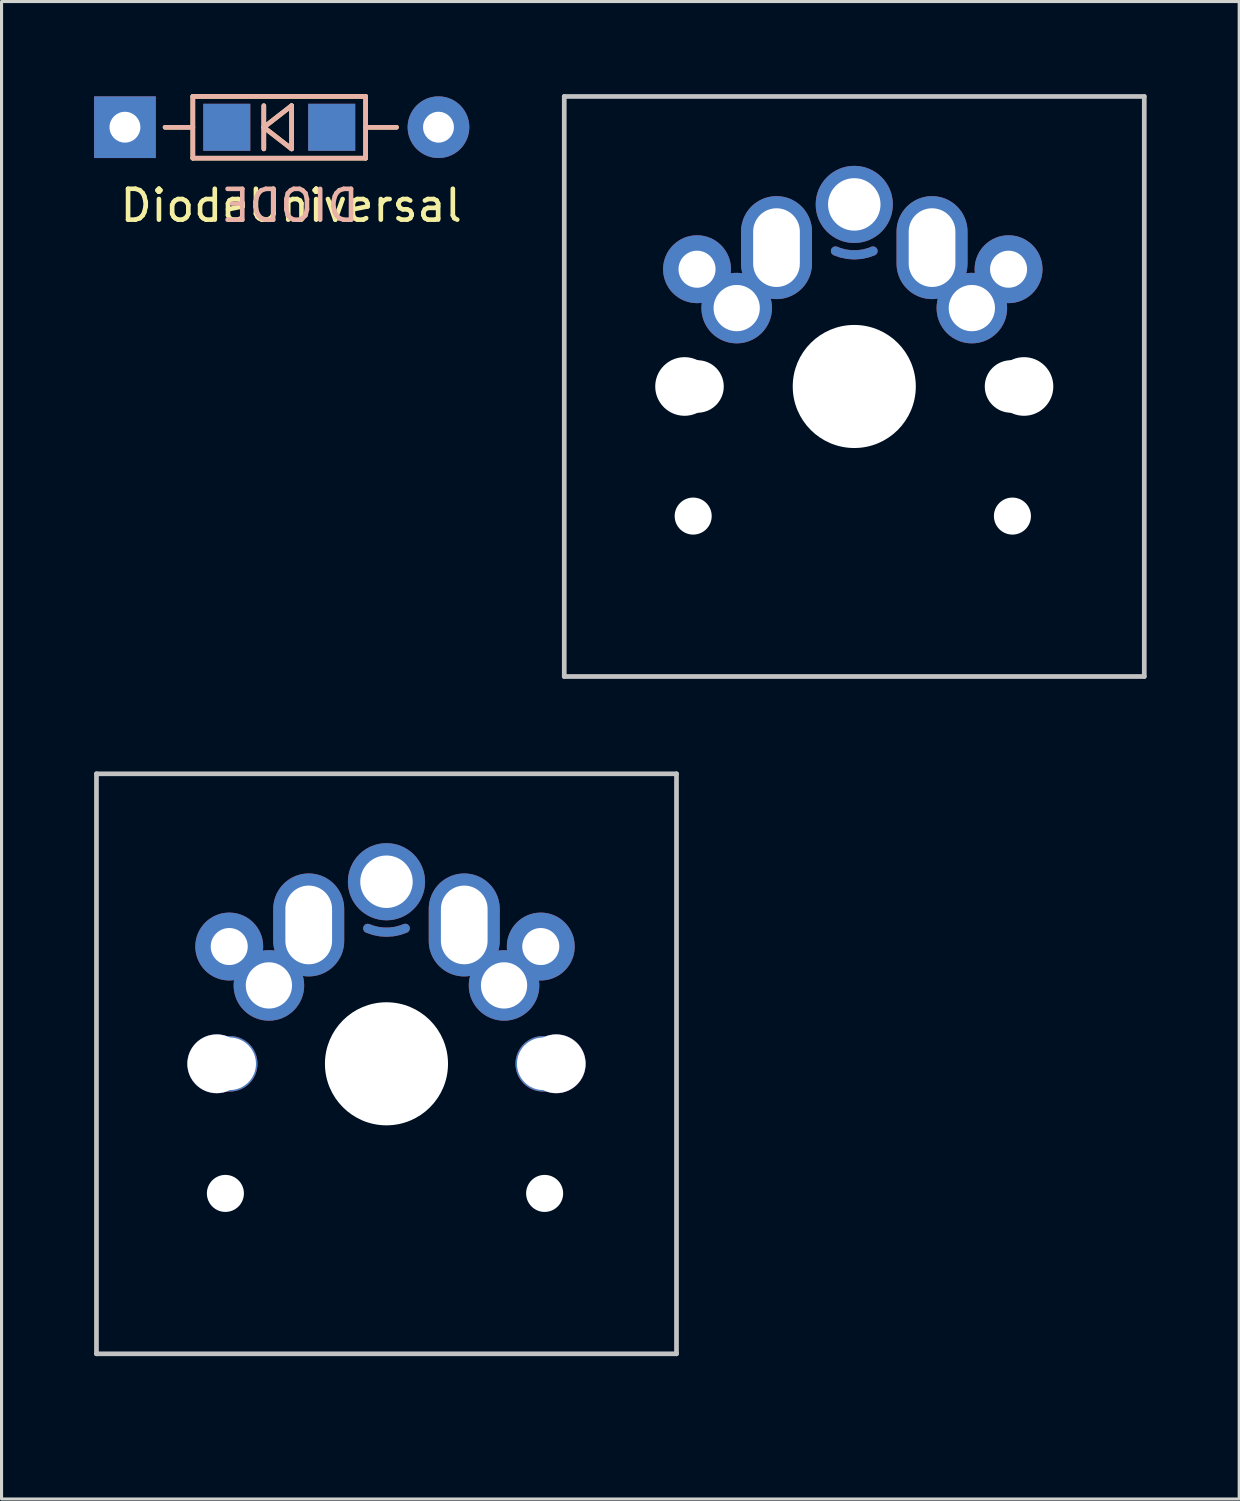
<source format=kicad_pcb>
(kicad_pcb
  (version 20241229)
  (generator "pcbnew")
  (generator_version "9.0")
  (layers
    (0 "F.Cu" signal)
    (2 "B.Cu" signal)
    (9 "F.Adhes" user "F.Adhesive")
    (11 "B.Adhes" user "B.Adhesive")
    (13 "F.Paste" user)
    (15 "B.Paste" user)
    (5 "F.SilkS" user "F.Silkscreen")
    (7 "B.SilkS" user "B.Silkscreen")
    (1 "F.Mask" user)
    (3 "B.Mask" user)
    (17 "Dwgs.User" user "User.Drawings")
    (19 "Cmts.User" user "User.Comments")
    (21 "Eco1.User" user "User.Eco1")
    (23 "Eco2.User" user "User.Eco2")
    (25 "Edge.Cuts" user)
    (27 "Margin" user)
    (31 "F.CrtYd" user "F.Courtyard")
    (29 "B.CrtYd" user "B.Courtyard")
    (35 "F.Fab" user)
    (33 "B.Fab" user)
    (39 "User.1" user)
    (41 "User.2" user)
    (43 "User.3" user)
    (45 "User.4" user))
  (footprint "DiodeUniversal"
    (layer "F.Cu")
    (at 0.999 1.075)
    (property "Reference" "DiodeUniversal" (at 5.387 2.537 0) (layer "F.SilkS") (effects (font (size 1 1) (thickness 0.15))))
    (attr through_hole)
    (fp_line (start 1.3 0) (end 2.2 0) (stroke (width 0.15) (type solid)) (layer "F.SilkS"))
    (fp_line (start 2.2 -1) (end 7.8 -1) (stroke (width 0.15) (type solid)) (layer "F.SilkS"))
    (fp_line (start 2.2 1) (end 2.2 -1) (stroke (width 0.15) (type solid)) (layer "F.SilkS"))
    (fp_line (start 4.5 -0.7) (end 4.5 0.7) (stroke (width 0.15) (type solid)) (layer "F.SilkS"))
    (fp_line (start 4.5 0) (end 5.4 -0.7) (stroke (width 0.15) (type solid)) (layer "F.SilkS"))
    (fp_line (start 5.4 -0.7) (end 5.4 0.7) (stroke (width 0.15) (type solid)) (layer "F.SilkS"))
    (fp_line (start 5.4 0.7) (end 4.5 0) (stroke (width 0.15) (type solid)) (layer "F.SilkS"))
    (fp_line (start 7.8 -1) (end 7.8 1) (stroke (width 0.15) (type solid)) (layer "F.SilkS"))
    (fp_line (start 7.8 0) (end 8.8 0) (stroke (width 0.15) (type solid)) (layer "F.SilkS"))
    (fp_line (start 7.8 1) (end 2.2 1) (stroke (width 0.15) (type solid)) (layer "F.SilkS"))
    (fp_line (start 2.2 -1) (end 7.8 -1) (stroke (width 0.15) (type solid)) (layer "B.SilkS"))
    (fp_line (start 2.2 0) (end 1.3 0) (stroke (width 0.15) (type solid)) (layer "B.SilkS"))
    (fp_line (start 2.2 1) (end 2.2 -1) (stroke (width 0.15) (type solid)) (layer "B.SilkS"))
    (fp_line (start 4.5 -0.7) (end 4.5 0.7) (stroke (width 0.15) (type solid)) (layer "B.SilkS"))
    (fp_line (start 4.5 0) (end 5.4 -0.7) (stroke (width 0.15) (type solid)) (layer "B.SilkS"))
    (fp_line (start 5.4 -0.7) (end 5.4 0.7) (stroke (width 0.15) (type solid)) (layer "B.SilkS"))
    (fp_line (start 5.4 0.7) (end 4.5 0) (stroke (width 0.15) (type solid)) (layer "B.SilkS"))
    (fp_line (start 7.8 -1) (end 7.8 1) (stroke (width 0.15) (type solid)) (layer "B.SilkS"))
    (fp_line (start 7.8 0) (end 8.8 0) (stroke (width 0.15) (type solid)) (layer "B.SilkS"))
    (fp_line (start 7.8 1) (end 2.2 1) (stroke (width 0.15) (type solid)) (layer "B.SilkS"))
    (fp_text user "DIODE" (at 5.35 2.54 0) (layer "B.SilkS") (effects (font (size 1 1) (thickness 0.15)) (justify mirror)))
    (pad "1" thru_hole rect (at 0 -0.003 180) (size 1.999 1.999) (drill 1) (layers "*.Cu" "*.Mask"))
    (pad "1" smd rect (at 3.3 0) (size 1.524 1.524) (layers "F.Cu" "F.Mask" "F.Paste"))
    (pad "1" smd rect (at 3.3 0) (size 1.524 1.524) (layers "B.Cu" "B.Mask" "B.Paste"))
    (pad "2" smd rect (at 6.7 0) (size 1.524 1.524) (layers "F.Cu" "F.Mask" "F.Paste"))
    (pad "2" smd rect (at 6.7 0) (size 1.524 1.524) (layers "B.Cu" "B.Mask" "B.Paste"))
    (pad "2" thru_hole circle (at 10.16 -0.003 180) (size 1.999 1.999) (drill 1) (layers "*.Cu" "*.Mask")))
  (footprint "MX-ALPs-PG1350-rev(for_encoder)"
    (layer "F.Cu")
    (at 9.474 31.423)
    (property "Reference" "MX-ALPs-PG1350-rev(for_encoder)" (at 2.667 2.794 315) (unlocked yes) (layer "Eco1.User") (effects (font (size 0.8 0.8) (thickness 0.12))))
    (attr through_hole)
    (fp_line (start -9.398 -9.398) (end 9.398 -9.398) (stroke (width 0.152) (type solid)) (layer "Dwgs.User"))
    (fp_line (start -9.398 9.398) (end -9.398 -9.398) (stroke (width 0.152) (type solid)) (layer "Dwgs.User"))
    (fp_line (start 9.398 -9.398) (end 9.398 9.398) (stroke (width 0.152) (type solid)) (layer "Dwgs.User"))
    (fp_line (start 9.398 9.398) (end -9.398 9.398) (stroke (width 0.152) (type solid)) (layer "Dwgs.User"))
    (fp_line (start -6.9 6.9) (end -6.9 -6.9) (stroke (width 0.15) (type solid)) (layer "Eco2.User"))
    (fp_line (start -6.9 6.9) (end 6.9 6.9) (stroke (width 0.15) (type solid)) (layer "Eco2.User"))
    (fp_line (start 6.9 -6.9) (end -6.9 -6.9) (stroke (width 0.15) (type solid)) (layer "Eco2.User"))
    (fp_line (start 6.9 -6.9) (end 6.9 6.9) (stroke (width 0.15) (type solid)) (layer "Eco2.User"))
    (pad "" thru_hole circle (at -5.5 0 270) (size 1.91 1.91) (drill 1.9) (layers "*.Cu" "*.Mask"))
    (pad "" np_thru_hole circle (at -5.22 4.2 270) (size 1.2 1.2) (drill 1.2) (layers "*.Cu" "*.Mask"))
    (pad "" thru_hole circle (at -5.08 0) (size 1.8 1.8) (drill 1.702) (layers "*.Cu" "*.Mask"))
    (pad "" thru_hole circle (at 0 -5.9 270) (size 2.5 2.5) (drill 1.7) (layers "*.Cu" "*.Mask"))
    (pad "" np_thru_hole circle (at 0 0 270) (size 3.4 3.4) (drill 3.4) (layers "*.Cu" "*.Mask"))
    (pad "" np_thru_hole circle (at 0 0) (size 3.988 3.988) (drill 3.988) (layers "*.Cu" "*.Mask"))
    (pad "" thru_hole circle (at 5.08 0) (size 1.8 1.8) (drill 1.702) (layers "*.Cu" "*.Mask"))
    (pad "" np_thru_hole circle (at 5.125 4.2 270) (size 1.2 1.2) (drill 1.2) (layers "*.Cu" "*.Mask"))
    (pad "" thru_hole circle (at 5.5 0 270) (size 1.91 1.91) (drill 1.9) (layers "*.Cu" "*.Mask"))
    (pad "1" smd custom (at 0 -4.289) (size 0.25 0.25) (layers "F.Cu" "F.Mask" "F.Paste") (options (anchor circle)) (primitives (gr_arc (start 0.609898 -0.101727) (mid 0.000162 0.022946) (end -0.6096 -0.1016) (width 0.3))))
    (pad "1" thru_hole oval (at 2.52 -4.5) (size 2.3 3.337) (drill oval 1.513 2.55) (layers "*.Cu" "*.Mask"))
    (pad "1" thru_hole circle (at 3.81 -2.54) (size 2.286 2.286) (drill 1.499) (layers "*.Cu" "*.Mask"))
    (pad "1" thru_hole circle (at 5 -3.8 270) (size 2.2 2.2) (drill 1.2) (layers "*.Cu" "*.Mask"))
    (pad "2" thru_hole circle (at -5.095 -3.8 270) (size 2.2 2.2) (drill 1.2) (layers "*.Cu" "*.Mask"))
    (pad "2" thru_hole circle (at -3.81 -2.54) (size 2.286 2.286) (drill 1.499) (layers "*.Cu" "*.Mask"))
    (pad "2" thru_hole oval (at -2.52 -4.5) (size 2.3 3.337) (drill oval 1.513 2.55) (layers "*.Cu" "*.Mask"))
    (pad "2" smd custom (at 0 -4.289) (size 0.25 0.25) (layers "B.Cu" "B.Mask" "B.Paste") (options (anchor circle)) (primitives (gr_arc (start 0.607402 -0.100665) (mid 0.001516 0.022944) (end -0.604611 -0.099482) (width 0.3)))))
  (footprint "MX-ALPs-PG1350-rev"
    (layer "F.Cu")
    (at 24.633 9.474)
    (property "Reference" "MX-ALPs-PG1350-rev" (at 2.667 2.794 315) (unlocked yes) (layer "Eco1.User") (effects (font (size 0.8 0.8) (thickness 0.12))))
    (attr through_hole)
    (fp_line (start -9.398 -9.398) (end 9.398 -9.398) (stroke (width 0.152) (type solid)) (layer "Dwgs.User"))
    (fp_line (start -9.398 9.398) (end -9.398 -9.398) (stroke (width 0.152) (type solid)) (layer "Dwgs.User"))
    (fp_line (start 9.398 -9.398) (end 9.398 9.398) (stroke (width 0.152) (type solid)) (layer "Dwgs.User"))
    (fp_line (start 9.398 9.398) (end -9.398 9.398) (stroke (width 0.152) (type solid)) (layer "Dwgs.User"))
    (fp_line (start -6.9 6.9) (end -6.9 -6.9) (stroke (width 0.15) (type solid)) (layer "Eco2.User"))
    (fp_line (start -6.9 6.9) (end 6.9 6.9) (stroke (width 0.15) (type solid)) (layer "Eco2.User"))
    (fp_line (start 6.9 -6.9) (end -6.9 -6.9) (stroke (width 0.15) (type solid)) (layer "Eco2.User"))
    (fp_line (start 6.9 -6.9) (end 6.9 6.9) (stroke (width 0.15) (type solid)) (layer "Eco2.User"))
    (pad "" np_thru_hole circle (at -5.5 0 270) (size 1.9 1.9) (drill 1.9) (layers "*.Cu" "*.Mask"))
    (pad "" np_thru_hole circle (at -5.22 4.2 270) (size 1.2 1.2) (drill 1.2) (layers "*.Cu" "*.Mask"))
    (pad "" np_thru_hole circle (at -5.08 0) (size 1.702 1.702) (drill 1.702) (layers "*.Cu" "*.Mask"))
    (pad "" thru_hole circle (at 0 -5.9 270) (size 2.5 2.5) (drill 1.7) (layers "*.Cu" "*.Mask"))
    (pad "" np_thru_hole circle (at 0 0 270) (size 3.4 3.4) (drill 3.4) (layers "*.Cu" "*.Mask"))
    (pad "" np_thru_hole circle (at 0 0) (size 3.988 3.988) (drill 3.988) (layers "*.Cu" "*.Mask"))
    (pad "" np_thru_hole circle (at 5.08 0) (size 1.702 1.702) (drill 1.702) (layers "*.Cu" "*.Mask"))
    (pad "" np_thru_hole circle (at 5.125 4.2 270) (size 1.2 1.2) (drill 1.2) (layers "*.Cu" "*.Mask"))
    (pad "" np_thru_hole circle (at 5.5 0 270) (size 1.9 1.9) (drill 1.9) (layers "*.Cu" "*.Mask"))
    (pad "1" smd custom (at 0 -4.289) (size 0.25 0.25) (layers "F.Cu" "F.Mask" "F.Paste") (options (anchor circle)) (primitives (gr_arc (start 0.609898 -0.101727) (mid 0.000162 0.022946) (end -0.6096 -0.1016) (width 0.3))))
    (pad "1" thru_hole oval (at 2.52 -4.5) (size 2.3 3.337) (drill oval 1.513 2.55) (layers "*.Cu" "*.Mask"))
    (pad "1" thru_hole circle (at 3.81 -2.54) (size 2.286 2.286) (drill 1.499) (layers "*.Cu" "*.Mask"))
    (pad "1" thru_hole circle (at 5 -3.8 270) (size 2.2 2.2) (drill 1.2) (layers "*.Cu" "*.Mask"))
    (pad "2" thru_hole circle (at -5.095 -3.8 270) (size 2.2 2.2) (drill 1.2) (layers "*.Cu" "*.Mask"))
    (pad "2" thru_hole circle (at -3.81 -2.54) (size 2.286 2.286) (drill 1.499) (layers "*.Cu" "*.Mask"))
    (pad "2" thru_hole oval (at -2.52 -4.5) (size 2.3 3.337) (drill oval 1.513 2.55) (layers "*.Cu" "*.Mask"))
    (pad "2" smd custom (at 0 -4.289) (size 0.25 0.25) (layers "B.Cu" "B.Mask" "B.Paste") (options (anchor circle)) (primitives (gr_arc (start 0.607402 -0.100665) (mid -0.001194 0.022945) (end -0.6096 -0.1016) (width 0.3)))))
  (gr_rect
    (start -3 -3)
    (end 37.107 45.525)
    (stroke (width 0.1) (type default))
    (fill no)
    (layer "Edge.Cuts")))
</source>
